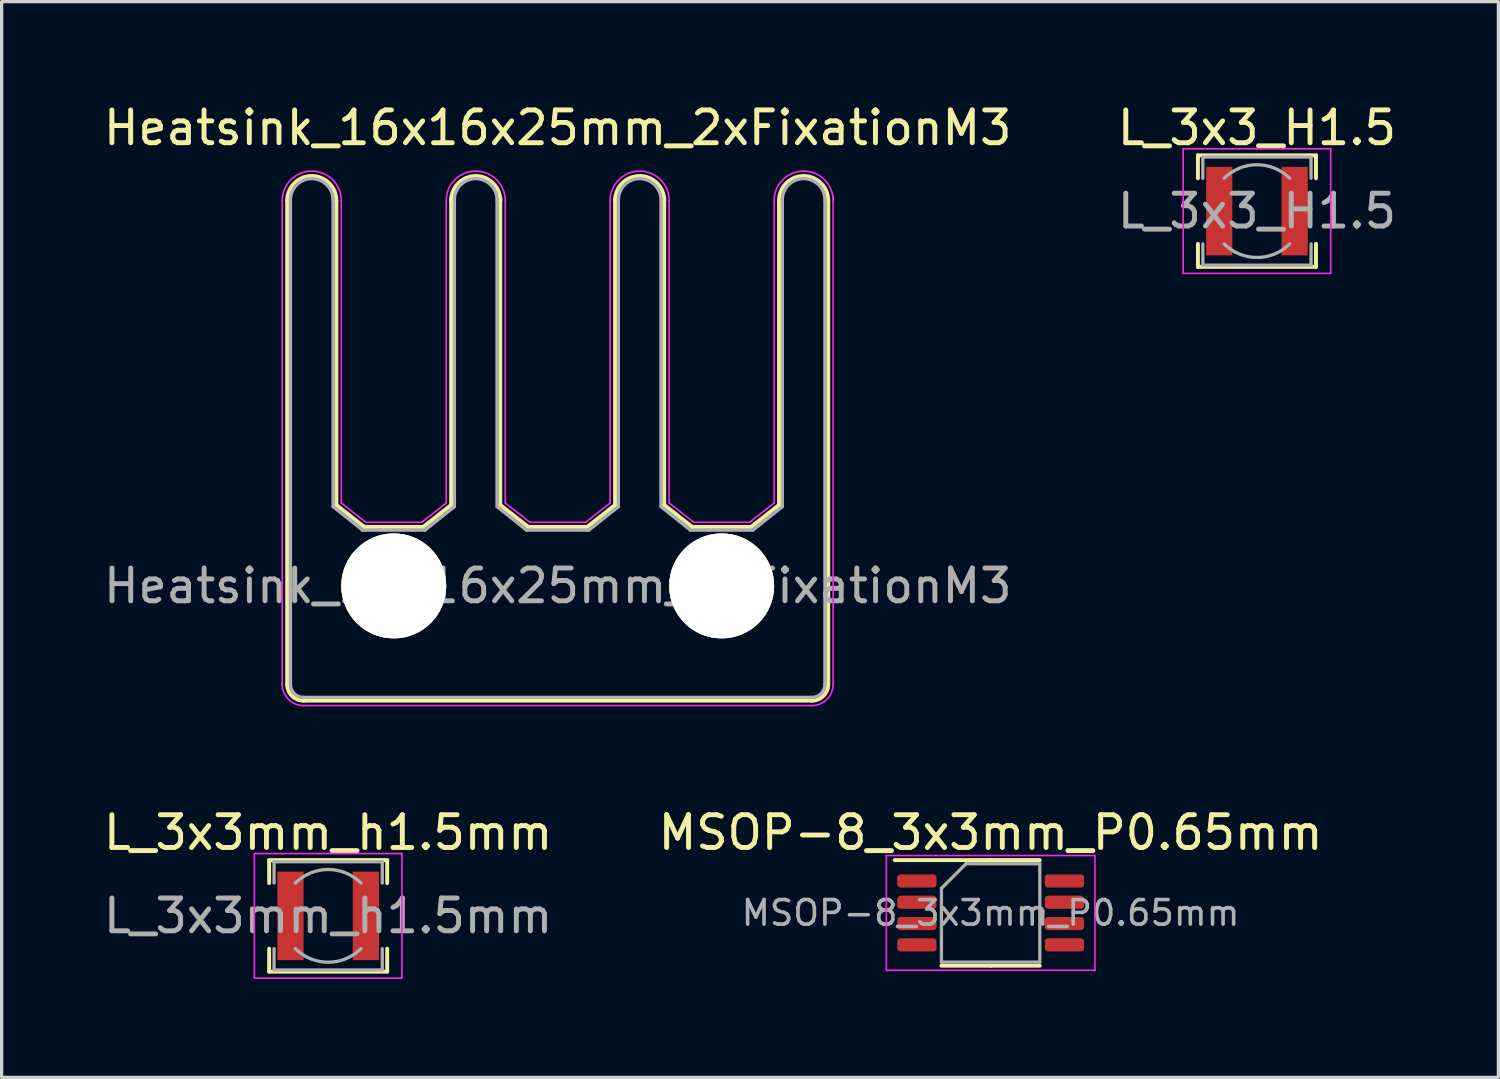
<source format=kicad_pcb>
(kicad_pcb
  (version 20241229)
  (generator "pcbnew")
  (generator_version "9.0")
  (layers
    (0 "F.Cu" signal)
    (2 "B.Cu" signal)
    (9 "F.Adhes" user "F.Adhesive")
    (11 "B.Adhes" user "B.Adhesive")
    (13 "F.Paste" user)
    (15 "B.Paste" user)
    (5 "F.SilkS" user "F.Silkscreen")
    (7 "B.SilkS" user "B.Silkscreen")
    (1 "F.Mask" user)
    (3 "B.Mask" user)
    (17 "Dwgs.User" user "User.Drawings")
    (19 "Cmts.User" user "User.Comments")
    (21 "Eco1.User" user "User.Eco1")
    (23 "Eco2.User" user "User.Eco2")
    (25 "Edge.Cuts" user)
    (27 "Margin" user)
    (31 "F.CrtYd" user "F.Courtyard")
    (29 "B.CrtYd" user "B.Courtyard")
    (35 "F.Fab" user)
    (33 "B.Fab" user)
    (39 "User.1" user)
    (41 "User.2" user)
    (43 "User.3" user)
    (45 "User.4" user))
  (footprint "L_3x3mm_h1.5mm"
    (layer "F.Cu")
    (at 6.958 24.881)
    (property "Reference" "L_3x3mm_h1.5mm" (at 0 -2.54 0) (layer "F.SilkS") (effects (font (size 1 1) (thickness 0.15))))
    (attr smd)
    (fp_line (start -1.8 -1.7) (end 1.8 -1.7) (stroke (width 0.12) (type solid)) (layer "F.SilkS"))
    (fp_line (start -1.8 -1) (end -1.8 -1.7) (stroke (width 0.12) (type solid)) (layer "F.SilkS"))
    (fp_line (start -1.8 1.7) (end -1.8 1) (stroke (width 0.12) (type solid)) (layer "F.SilkS"))
    (fp_line (start 1.8 -1.7) (end 1.8 -1) (stroke (width 0.12) (type solid)) (layer "F.SilkS"))
    (fp_line (start 1.8 1) (end 1.8 1.7) (stroke (width 0.12) (type solid)) (layer "F.SilkS"))
    (fp_line (start 1.8 1.7) (end -1.8 1.7) (stroke (width 0.12) (type solid)) (layer "F.SilkS"))
    (fp_line (start -2.25 -1.9) (end -2.25 1.9) (stroke (width 0.05) (type solid)) (layer "F.CrtYd"))
    (fp_line (start -2.25 1.9) (end 2.25 1.9) (stroke (width 0.05) (type solid)) (layer "F.CrtYd"))
    (fp_line (start 2.25 -1.9) (end -2.25 -1.9) (stroke (width 0.05) (type solid)) (layer "F.CrtYd"))
    (fp_line (start 2.25 1.9) (end 2.25 -1.9) (stroke (width 0.05) (type solid)) (layer "F.CrtYd"))
    (fp_line (start -1.65 -1.65) (end -1.65 -1) (stroke (width 0.1) (type solid)) (layer "F.Fab"))
    (fp_line (start -1.65 -1.65) (end 1.65 -1.65) (stroke (width 0.1) (type solid)) (layer "F.Fab"))
    (fp_line (start -1.65 1.65) (end -1.65 1) (stroke (width 0.1) (type solid)) (layer "F.Fab"))
    (fp_line (start -1.65 1.65) (end 1.65 1.65) (stroke (width 0.1) (type solid)) (layer "F.Fab"))
    (fp_line (start 1.65 -1.65) (end 1.65 -1) (stroke (width 0.1) (type solid)) (layer "F.Fab"))
    (fp_line (start 1.65 1.65) (end 1.65 1) (stroke (width 0.1) (type solid)) (layer "F.Fab"))
    (fp_arc (start -1 -1) (mid 0 -1.414214) (end 1 -1) (stroke (width 0.1) (type solid)) (layer "F.Fab"))
    (fp_arc (start 1 1) (mid 0 1.414214) (end -1 1) (stroke (width 0.1) (type solid)) (layer "F.Fab"))
    (fp_text user "${REFERENCE}" (at 0 0 0) (layer "F.Fab") (effects (font (size 1 1) (thickness 0.15))))
    (pad "1" smd rect (at -1.15 0) (size 0.8 2.7) (layers "F.Cu" "F.Mask" "F.Paste"))
    (pad "2" smd rect (at 1.15 0) (size 0.8 2.7) (layers "F.Cu" "F.Mask" "F.Paste")))
  (footprint "L_3x3_H1.5"
    (layer "F.Cu")
    (at 35.283 3.388)
    (property "Reference" "L_3x3_H1.5" (at 0 -2.54 0) (layer "F.SilkS") (effects (font (size 1 1) (thickness 0.15))))
    (attr smd)
    (fp_line (start -1.8 -1.7) (end 1.8 -1.7) (stroke (width 0.12) (type solid)) (layer "F.SilkS"))
    (fp_line (start -1.8 -1) (end -1.8 -1.7) (stroke (width 0.12) (type solid)) (layer "F.SilkS"))
    (fp_line (start -1.8 1.7) (end -1.8 1) (stroke (width 0.12) (type solid)) (layer "F.SilkS"))
    (fp_line (start 1.8 -1.7) (end 1.8 -1) (stroke (width 0.12) (type solid)) (layer "F.SilkS"))
    (fp_line (start 1.8 1) (end 1.8 1.7) (stroke (width 0.12) (type solid)) (layer "F.SilkS"))
    (fp_line (start 1.8 1.7) (end -1.8 1.7) (stroke (width 0.12) (type solid)) (layer "F.SilkS"))
    (fp_line (start -2.25 -1.9) (end -2.25 1.9) (stroke (width 0.05) (type solid)) (layer "F.CrtYd"))
    (fp_line (start -2.25 1.9) (end 2.25 1.9) (stroke (width 0.05) (type solid)) (layer "F.CrtYd"))
    (fp_line (start 2.25 -1.9) (end -2.25 -1.9) (stroke (width 0.05) (type solid)) (layer "F.CrtYd"))
    (fp_line (start 2.25 1.9) (end 2.25 -1.9) (stroke (width 0.05) (type solid)) (layer "F.CrtYd"))
    (fp_line (start -1.65 -1.65) (end -1.65 -1) (stroke (width 0.1) (type solid)) (layer "F.Fab"))
    (fp_line (start -1.65 -1.65) (end 1.65 -1.65) (stroke (width 0.1) (type solid)) (layer "F.Fab"))
    (fp_line (start -1.65 1.65) (end -1.65 1) (stroke (width 0.1) (type solid)) (layer "F.Fab"))
    (fp_line (start -1.65 1.65) (end 1.65 1.65) (stroke (width 0.1) (type solid)) (layer "F.Fab"))
    (fp_line (start 1.65 -1.65) (end 1.65 -1) (stroke (width 0.1) (type solid)) (layer "F.Fab"))
    (fp_line (start 1.65 1.65) (end 1.65 1) (stroke (width 0.1) (type solid)) (layer "F.Fab"))
    (fp_arc (start -1 -1) (mid 0 -1.414214) (end 1 -1) (stroke (width 0.1) (type solid)) (layer "F.Fab"))
    (fp_arc (start 1 1) (mid 0 1.414214) (end -1 1) (stroke (width 0.1) (type solid)) (layer "F.Fab"))
    (fp_text user "${REFERENCE}" (at 0 0 0) (layer "F.Fab") (effects (font (size 1 1) (thickness 0.15))))
    (pad "1" smd rect (at -1.15 0) (size 0.8 2.7) (layers "F.Cu" "F.Mask" "F.Paste"))
    (pad "2" smd rect (at 1.15 0) (size 0.8 2.7) (layers "F.Cu" "F.Mask" "F.Paste")))
  (footprint "MSOP-8_3x3mm_P0.65mm"
    (layer "F.Cu")
    (at 27.161 24.791)
    (property "Reference" "MSOP-8_3x3mm_P0.65mm" (at 0 -2.45 0) (layer "F.SilkS") (effects (font (size 1 1) (thickness 0.15))))
    (attr smd)
    (fp_line (start 0 -1.61) (end -2.925 -1.61) (stroke (width 0.12) (type solid)) (layer "F.SilkS"))
    (fp_line (start 0 -1.61) (end 1.5 -1.61) (stroke (width 0.12) (type solid)) (layer "F.SilkS"))
    (fp_line (start 0 1.61) (end -1.5 1.61) (stroke (width 0.12) (type solid)) (layer "F.SilkS"))
    (fp_line (start 0 1.61) (end 1.5 1.61) (stroke (width 0.12) (type solid)) (layer "F.SilkS"))
    (fp_line (start -3.18 -1.75) (end -3.18 1.75) (stroke (width 0.05) (type solid)) (layer "F.CrtYd"))
    (fp_line (start -3.18 1.75) (end 3.18 1.75) (stroke (width 0.05) (type solid)) (layer "F.CrtYd"))
    (fp_line (start 3.18 -1.75) (end -3.18 -1.75) (stroke (width 0.05) (type solid)) (layer "F.CrtYd"))
    (fp_line (start 3.18 1.75) (end 3.18 -1.75) (stroke (width 0.05) (type solid)) (layer "F.CrtYd"))
    (fp_line (start -1.5 -0.75) (end -0.75 -1.5) (stroke (width 0.1) (type solid)) (layer "F.Fab"))
    (fp_line (start -1.5 1.5) (end -1.5 -0.75) (stroke (width 0.1) (type solid)) (layer "F.Fab"))
    (fp_line (start -0.75 -1.5) (end 1.5 -1.5) (stroke (width 0.1) (type solid)) (layer "F.Fab"))
    (fp_line (start 1.5 -1.5) (end 1.5 1.5) (stroke (width 0.1) (type solid)) (layer "F.Fab"))
    (fp_line (start 1.5 1.5) (end -1.5 1.5) (stroke (width 0.1) (type solid)) (layer "F.Fab"))
    (fp_text user "${REFERENCE}" (at 0 0 0) (layer "F.Fab") (effects (font (size 0.75 0.75) (thickness 0.11))))
    (pad "1" smd roundrect (at -2.25 -0.975) (size 1.2 0.4) (layers "F.Cu" "F.Mask" "F.Paste") (roundrect_rratio 0.25))
    (pad "2" smd roundrect (at -2.25 -0.325) (size 1.2 0.4) (layers "F.Cu" "F.Mask" "F.Paste") (roundrect_rratio 0.25))
    (pad "3" smd roundrect (at -2.25 0.325) (size 1.2 0.4) (layers "F.Cu" "F.Mask" "F.Paste") (roundrect_rratio 0.25))
    (pad "4" smd roundrect (at -2.25 0.975) (size 1.2 0.4) (layers "F.Cu" "F.Mask" "F.Paste") (roundrect_rratio 0.25))
    (pad "5" smd roundrect (at 2.25 0.975) (size 1.2 0.4) (layers "F.Cu" "F.Mask" "F.Paste") (roundrect_rratio 0.25))
    (pad "6" smd roundrect (at 2.25 0.325) (size 1.2 0.4) (layers "F.Cu" "F.Mask" "F.Paste") (roundrect_rratio 0.25))
    (pad "7" smd roundrect (at 2.25 -0.325) (size 1.2 0.4) (layers "F.Cu" "F.Mask" "F.Paste") (roundrect_rratio 0.25))
    (pad "8" smd roundrect (at 2.25 -0.975) (size 1.2 0.4) (layers "F.Cu" "F.Mask" "F.Paste") (roundrect_rratio 0.25)))
  (footprint "Heatsink_16x16x25mm_2xFixationM3"
    (layer "F.Cu")
    (at 13.958 14.818)
    (property "Reference" "Heatsink_16x16x25mm_2xFixationM3" (at 0 -13.97 0) (layer "F.SilkS") (effects (font (size 1 1) (thickness 0.15))))
    (attr through_hole)
    (fp_line (start -8.25 3) (end -8.25 -11.75) (stroke (width 0.12) (type solid)) (layer "F.SilkS"))
    (fp_line (start -6.75 -2.467) (end -6.75 -11.75) (stroke (width 0.12) (type solid)) (layer "F.SilkS"))
    (fp_line (start -6.75 -2.467) (end -5.9 -1.8) (stroke (width 0.12) (type solid)) (layer "F.SilkS"))
    (fp_line (start -5.9 -1.8) (end -4.1 -1.8) (stroke (width 0.12) (type solid)) (layer "F.SilkS"))
    (fp_line (start -3.25 -2.467) (end -4.1 -1.8) (stroke (width 0.12) (type solid)) (layer "F.SilkS"))
    (fp_line (start -3.25 -2.467) (end -3.25 -11.8) (stroke (width 0.12) (type solid)) (layer "F.SilkS"))
    (fp_line (start -1.753 -2.467) (end -1.753 -11.836) (stroke (width 0.12) (type solid)) (layer "F.SilkS"))
    (fp_line (start -1.75 -2.467) (end -0.9 -1.8) (stroke (width 0.12) (type solid)) (layer "F.SilkS"))
    (fp_line (start -0.9 -1.8) (end 0.9 -1.8) (stroke (width 0.12) (type solid)) (layer "F.SilkS"))
    (fp_line (start 1.75 -2.467) (end 0.9 -1.8) (stroke (width 0.12) (type solid)) (layer "F.SilkS"))
    (fp_line (start 1.75 -2.467) (end 1.75 -11.8) (stroke (width 0.12) (type solid)) (layer "F.SilkS"))
    (fp_line (start 3.247 -2.467) (end 3.247 -11.836) (stroke (width 0.12) (type solid)) (layer "F.SilkS"))
    (fp_line (start 3.25 -2.467) (end 4.1 -1.8) (stroke (width 0.12) (type solid)) (layer "F.SilkS"))
    (fp_line (start 4.1 -1.8) (end 5.9 -1.8) (stroke (width 0.12) (type solid)) (layer "F.SilkS"))
    (fp_line (start 6.75 -2.467) (end 5.9 -1.8) (stroke (width 0.12) (type solid)) (layer "F.SilkS"))
    (fp_line (start 6.75 -2.467) (end 6.75 -11.75) (stroke (width 0.12) (type solid)) (layer "F.SilkS"))
    (fp_line (start 7.75 3.5) (end -7.75 3.5) (stroke (width 0.12) (type solid)) (layer "F.SilkS"))
    (fp_line (start 8.25 3) (end 8.25 -11.75) (stroke (width 0.12) (type solid)) (layer "F.SilkS"))
    (fp_arc (start -8.25 -11.75) (mid -7.5 -12.5) (end -6.75 -11.75) (stroke (width 0.12) (type solid)) (layer "F.SilkS"))
    (fp_arc (start -7.75 3.5) (mid -8.103553 3.353553) (end -8.25 3) (stroke (width 0.12) (type solid)) (layer "F.SilkS"))
    (fp_arc (start -3.25 -11.75) (mid -2.5 -12.5) (end -1.75 -11.75) (stroke (width 0.12) (type solid)) (layer "F.SilkS"))
    (fp_arc (start 1.75 -11.75) (mid 2.5 -12.5) (end 3.25 -11.75) (stroke (width 0.12) (type solid)) (layer "F.SilkS"))
    (fp_arc (start 6.75 -11.75) (mid 7.5 -12.5) (end 8.25 -11.75) (stroke (width 0.12) (type solid)) (layer "F.SilkS"))
    (fp_arc (start 8.25 3) (mid 8.103553 3.353553) (end 7.75 3.5) (stroke (width 0.12) (type solid)) (layer "F.SilkS"))
    (fp_line (start -8.4 3) (end -8.4 -11.75) (stroke (width 0.05) (type solid)) (layer "F.CrtYd"))
    (fp_line (start -6.6 -2.527) (end -6.6 -11.75) (stroke (width 0.05) (type solid)) (layer "F.CrtYd"))
    (fp_line (start -6.6 -2.527) (end -5.85 -1.94) (stroke (width 0.05) (type solid)) (layer "F.CrtYd"))
    (fp_line (start -5.85 -1.94) (end -4.15 -1.94) (stroke (width 0.05) (type solid)) (layer "F.CrtYd"))
    (fp_line (start -3.4 -2.527) (end -4.15 -1.94) (stroke (width 0.05) (type solid)) (layer "F.CrtYd"))
    (fp_line (start -3.4 -2.527) (end -3.4 -11.75) (stroke (width 0.05) (type solid)) (layer "F.CrtYd"))
    (fp_line (start -1.6 -2.527) (end -1.6 -11.75) (stroke (width 0.05) (type solid)) (layer "F.CrtYd"))
    (fp_line (start -1.6 -2.527) (end -0.85 -1.94) (stroke (width 0.05) (type solid)) (layer "F.CrtYd"))
    (fp_line (start -0.85 -1.94) (end 0.85 -1.94) (stroke (width 0.05) (type solid)) (layer "F.CrtYd"))
    (fp_line (start 1.6 -2.527) (end 0.85 -1.94) (stroke (width 0.05) (type solid)) (layer "F.CrtYd"))
    (fp_line (start 1.6 -2.527) (end 1.6 -11.75) (stroke (width 0.05) (type solid)) (layer "F.CrtYd"))
    (fp_line (start 3.4 -2.527) (end 3.4 -11.75) (stroke (width 0.05) (type solid)) (layer "F.CrtYd"))
    (fp_line (start 3.4 -2.527) (end 4.15 -1.94) (stroke (width 0.05) (type solid)) (layer "F.CrtYd"))
    (fp_line (start 4.15 -1.94) (end 5.85 -1.94) (stroke (width 0.05) (type solid)) (layer "F.CrtYd"))
    (fp_line (start 6.6 -2.527) (end 5.85 -1.94) (stroke (width 0.05) (type solid)) (layer "F.CrtYd"))
    (fp_line (start 6.6 -2.527) (end 6.6 -11.75) (stroke (width 0.05) (type solid)) (layer "F.CrtYd"))
    (fp_line (start 7.75 3.65) (end -7.75 3.65) (stroke (width 0.05) (type solid)) (layer "F.CrtYd"))
    (fp_line (start 8.4 3) (end 8.4 -11.9) (stroke (width 0.05) (type solid)) (layer "F.CrtYd"))
    (fp_arc (start -8.399999 -11.75) (mid -7.5 -12.649999) (end -6.600001 -11.75) (stroke (width 0.05) (type solid)) (layer "F.CrtYd"))
    (fp_arc (start -7.75 3.65) (mid -8.209619 3.459619) (end -8.4 3) (stroke (width 0.05) (type solid)) (layer "F.CrtYd"))
    (fp_arc (start -3.399999 -11.75) (mid -2.5 -12.649999) (end -1.600001 -11.75) (stroke (width 0.05) (type solid)) (layer "F.CrtYd"))
    (fp_arc (start 1.600001 -11.75) (mid 2.5 -12.649999) (end 3.399999 -11.75) (stroke (width 0.05) (type solid)) (layer "F.CrtYd"))
    (fp_arc (start 6.600001 -11.75) (mid 7.5 -12.649999) (end 8.399999 -11.75) (stroke (width 0.05) (type solid)) (layer "F.CrtYd"))
    (fp_arc (start 8.4 3) (mid 8.209619 3.459619) (end 7.75 3.65) (stroke (width 0.05) (type solid)) (layer "F.CrtYd"))
    (fp_line (start -8.15 -11.77) (end -8.15 3) (stroke (width 0.1) (type solid)) (layer "F.Fab"))
    (fp_line (start -7.75 3.4) (end 7.75 3.4) (stroke (width 0.1) (type solid)) (layer "F.Fab"))
    (fp_line (start -6.85 -11.77) (end -6.85 -2.417) (stroke (width 0.1) (type solid)) (layer "F.Fab"))
    (fp_line (start -6.85 -2.417) (end -5.95 -1.7) (stroke (width 0.1) (type solid)) (layer "F.Fab"))
    (fp_line (start -5.95 -1.7) (end -4.05 -1.7) (stroke (width 0.1) (type solid)) (layer "F.Fab"))
    (fp_line (start -3.15 -11.77) (end -3.15 -2.417) (stroke (width 0.1) (type solid)) (layer "F.Fab"))
    (fp_line (start -3.15 -2.417) (end -4.05 -1.7) (stroke (width 0.1) (type solid)) (layer "F.Fab"))
    (fp_line (start -1.85 -11.77) (end -1.85 -2.417) (stroke (width 0.1) (type solid)) (layer "F.Fab"))
    (fp_line (start -1.85 -2.417) (end -0.95 -1.7) (stroke (width 0.1) (type solid)) (layer "F.Fab"))
    (fp_line (start -0.95 -1.7) (end 0.95 -1.7) (stroke (width 0.1) (type solid)) (layer "F.Fab"))
    (fp_line (start 1.85 -11.77) (end 1.85 -2.417) (stroke (width 0.1) (type solid)) (layer "F.Fab"))
    (fp_line (start 1.85 -2.417) (end 0.95 -1.7) (stroke (width 0.1) (type solid)) (layer "F.Fab"))
    (fp_line (start 3.15 -11.77) (end 3.15 -2.417) (stroke (width 0.1) (type solid)) (layer "F.Fab"))
    (fp_line (start 3.15 -2.417) (end 4.05 -1.7) (stroke (width 0.1) (type solid)) (layer "F.Fab"))
    (fp_line (start 4.05 -1.7) (end 5.95 -1.7) (stroke (width 0.1) (type solid)) (layer "F.Fab"))
    (fp_line (start 6.85 -11.77) (end 6.85 -2.417) (stroke (width 0.1) (type solid)) (layer "F.Fab"))
    (fp_line (start 6.85 -2.417) (end 5.95 -1.7) (stroke (width 0.1) (type solid)) (layer "F.Fab"))
    (fp_line (start 8.15 -11.77) (end 8.15 3) (stroke (width 0.1) (type solid)) (layer "F.Fab"))
    (fp_arc (start -8.15 -11.77) (mid -7.5 -12.42) (end -6.85 -11.77) (stroke (width 0.1) (type solid)) (layer "F.Fab"))
    (fp_arc (start -7.75 3.4) (mid -8.032843 3.282843) (end -8.15 3) (stroke (width 0.1) (type solid)) (layer "F.Fab"))
    (fp_arc (start -3.15 -11.77) (mid -2.5 -12.42) (end -1.85 -11.77) (stroke (width 0.1) (type solid)) (layer "F.Fab"))
    (fp_arc (start 1.85 -11.77) (mid 2.5 -12.42) (end 3.15 -11.77) (stroke (width 0.1) (type solid)) (layer "F.Fab"))
    (fp_arc (start 6.85 -11.77) (mid 7.5 -12.42) (end 8.15 -11.77) (stroke (width 0.1) (type solid)) (layer "F.Fab"))
    (fp_arc (start 8.15 3) (mid 8.032843 3.282843) (end 7.75 3.4) (stroke (width 0.1) (type solid)) (layer "F.Fab"))
    (fp_text user "${REFERENCE}" (at 0.003 0 0) (layer "F.Fab") (effects (font (size 1 1) (thickness 0.15))))
    (pad "" np_thru_hole circle (at -5 0) (size 3.2 3.2) (drill 3.2) (layers "*.Cu" "*.SilkS" "*.Mask"))
    (pad "" np_thru_hole circle (at 5 0) (size 3.2 3.2) (drill 3.2) (layers "*.Cu" "*.SilkS" "*.Mask")))
  (gr_rect
    (start -3 -3)
    (end 42.646 29.806)
    (stroke (width 0.1) (type default))
    (fill no)
    (layer "Edge.Cuts")))
</source>
